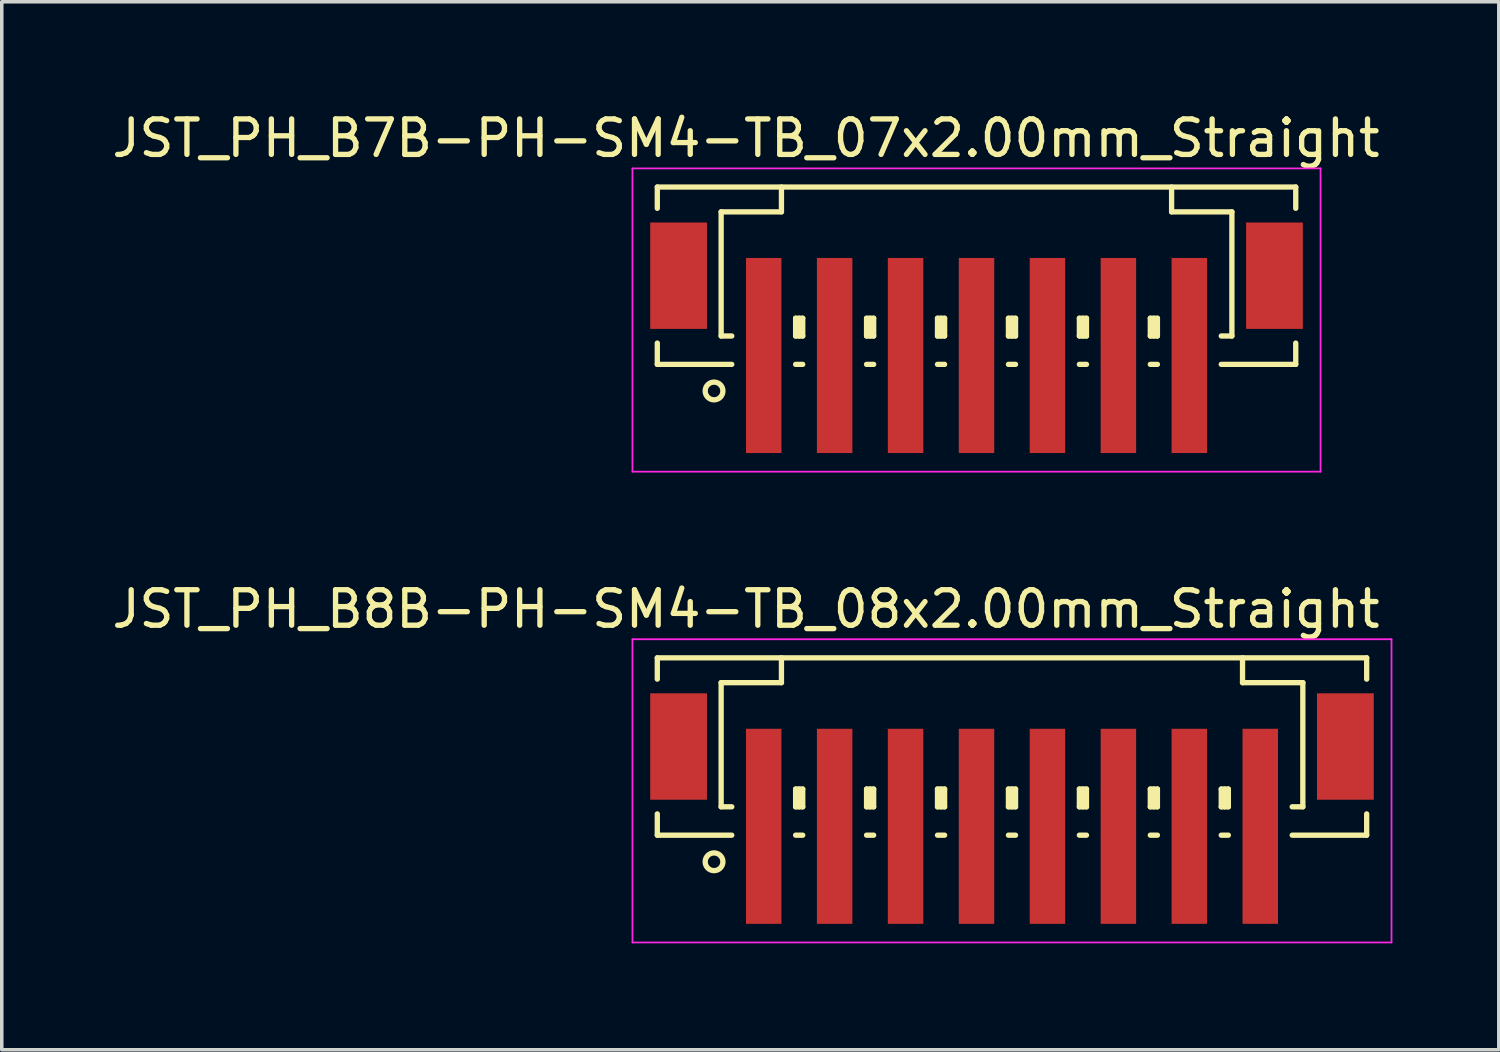
<source format=kicad_pcb>
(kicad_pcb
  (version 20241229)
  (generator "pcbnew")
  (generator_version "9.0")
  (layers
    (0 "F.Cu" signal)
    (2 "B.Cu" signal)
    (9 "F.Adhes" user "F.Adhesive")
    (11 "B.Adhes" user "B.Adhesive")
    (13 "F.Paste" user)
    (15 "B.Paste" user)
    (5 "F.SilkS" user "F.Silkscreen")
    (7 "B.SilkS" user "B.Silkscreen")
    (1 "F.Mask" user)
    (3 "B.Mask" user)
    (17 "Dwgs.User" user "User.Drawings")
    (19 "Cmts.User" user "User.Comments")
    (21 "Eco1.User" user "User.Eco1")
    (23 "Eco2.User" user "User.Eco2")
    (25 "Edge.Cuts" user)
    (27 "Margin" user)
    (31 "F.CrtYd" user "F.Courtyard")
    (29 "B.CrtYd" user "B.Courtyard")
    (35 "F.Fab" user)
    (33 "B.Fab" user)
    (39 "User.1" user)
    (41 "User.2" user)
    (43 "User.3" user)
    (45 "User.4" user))
  (footprint "JST_PH_B8B-PH-SM4-TB_08x2.00mm_Straight"
    (layer "F.Cu")
    (at 25.482 19.122)
    (property "Reference" "JST_PH_B8B-PH-SM4-TB_08x2.00mm_Straight" (at -7.5 -5 0) (layer "F.SilkS") (effects (font (size 1 1) (thickness 0.15))))
    (attr smd)
    (fp_line (start -10 -3.625) (end 10 -3.625) (stroke (width 0.15) (type solid)) (layer "F.SilkS"))
    (fp_line (start -10 -3.025) (end -10 -3.625) (stroke (width 0.15) (type solid)) (layer "F.SilkS"))
    (fp_line (start -10 0.775) (end -10 1.375) (stroke (width 0.15) (type solid)) (layer "F.SilkS"))
    (fp_line (start -10 1.375) (end -7.9 1.375) (stroke (width 0.15) (type solid)) (layer "F.SilkS"))
    (fp_line (start -8.2 -2.925) (end -8.2 0.575) (stroke (width 0.15) (type solid)) (layer "F.SilkS"))
    (fp_line (start -8.2 0.575) (end -7.9 0.575) (stroke (width 0.15) (type solid)) (layer "F.SilkS"))
    (fp_line (start -6.5 -3.625) (end -6.5 -2.925) (stroke (width 0.15) (type solid)) (layer "F.SilkS"))
    (fp_line (start -6.5 -2.925) (end -8.2 -2.925) (stroke (width 0.15) (type solid)) (layer "F.SilkS"))
    (fp_line (start -6.1 0.075) (end -5.9 0.075) (stroke (width 0.15) (type solid)) (layer "F.SilkS"))
    (fp_line (start -6.1 0.575) (end -6.1 0.075) (stroke (width 0.15) (type solid)) (layer "F.SilkS"))
    (fp_line (start -6.1 0.575) (end -5.9 0.575) (stroke (width 0.15) (type solid)) (layer "F.SilkS"))
    (fp_line (start -6.1 1.375) (end -5.9 1.375) (stroke (width 0.15) (type solid)) (layer "F.SilkS"))
    (fp_line (start -6 0.575) (end -6 0.075) (stroke (width 0.15) (type solid)) (layer "F.SilkS"))
    (fp_line (start -5.9 0.075) (end -5.9 0.575) (stroke (width 0.15) (type solid)) (layer "F.SilkS"))
    (fp_line (start -4.1 0.075) (end -3.9 0.075) (stroke (width 0.15) (type solid)) (layer "F.SilkS"))
    (fp_line (start -4.1 0.575) (end -4.1 0.075) (stroke (width 0.15) (type solid)) (layer "F.SilkS"))
    (fp_line (start -4.1 0.575) (end -3.9 0.575) (stroke (width 0.15) (type solid)) (layer "F.SilkS"))
    (fp_line (start -4.1 1.375) (end -3.9 1.375) (stroke (width 0.15) (type solid)) (layer "F.SilkS"))
    (fp_line (start -4 0.575) (end -4 0.075) (stroke (width 0.15) (type solid)) (layer "F.SilkS"))
    (fp_line (start -3.9 0.075) (end -3.9 0.575) (stroke (width 0.15) (type solid)) (layer "F.SilkS"))
    (fp_line (start -2.1 0.075) (end -1.9 0.075) (stroke (width 0.15) (type solid)) (layer "F.SilkS"))
    (fp_line (start -2.1 0.575) (end -2.1 0.075) (stroke (width 0.15) (type solid)) (layer "F.SilkS"))
    (fp_line (start -2.1 0.575) (end -1.9 0.575) (stroke (width 0.15) (type solid)) (layer "F.SilkS"))
    (fp_line (start -2.1 1.375) (end -1.9 1.375) (stroke (width 0.15) (type solid)) (layer "F.SilkS"))
    (fp_line (start -2 0.575) (end -2 0.075) (stroke (width 0.15) (type solid)) (layer "F.SilkS"))
    (fp_line (start -1.9 0.075) (end -1.9 0.575) (stroke (width 0.15) (type solid)) (layer "F.SilkS"))
    (fp_line (start -0.1 0.075) (end 0.1 0.075) (stroke (width 0.15) (type solid)) (layer "F.SilkS"))
    (fp_line (start -0.1 0.575) (end -0.1 0.075) (stroke (width 0.15) (type solid)) (layer "F.SilkS"))
    (fp_line (start -0.1 0.575) (end 0.1 0.575) (stroke (width 0.15) (type solid)) (layer "F.SilkS"))
    (fp_line (start -0.1 1.375) (end 0.1 1.375) (stroke (width 0.15) (type solid)) (layer "F.SilkS"))
    (fp_line (start 0 0.575) (end 0 0.075) (stroke (width 0.15) (type solid)) (layer "F.SilkS"))
    (fp_line (start 0.1 0.075) (end 0.1 0.575) (stroke (width 0.15) (type solid)) (layer "F.SilkS"))
    (fp_line (start 1.9 0.075) (end 2.1 0.075) (stroke (width 0.15) (type solid)) (layer "F.SilkS"))
    (fp_line (start 1.9 0.575) (end 1.9 0.075) (stroke (width 0.15) (type solid)) (layer "F.SilkS"))
    (fp_line (start 1.9 0.575) (end 2.1 0.575) (stroke (width 0.15) (type solid)) (layer "F.SilkS"))
    (fp_line (start 1.9 1.375) (end 2.1 1.375) (stroke (width 0.15) (type solid)) (layer "F.SilkS"))
    (fp_line (start 2 0.575) (end 2 0.075) (stroke (width 0.15) (type solid)) (layer "F.SilkS"))
    (fp_line (start 2.1 0.075) (end 2.1 0.575) (stroke (width 0.15) (type solid)) (layer "F.SilkS"))
    (fp_line (start 3.9 0.075) (end 4.1 0.075) (stroke (width 0.15) (type solid)) (layer "F.SilkS"))
    (fp_line (start 3.9 0.575) (end 3.9 0.075) (stroke (width 0.15) (type solid)) (layer "F.SilkS"))
    (fp_line (start 3.9 0.575) (end 4.1 0.575) (stroke (width 0.15) (type solid)) (layer "F.SilkS"))
    (fp_line (start 3.9 1.375) (end 4.1 1.375) (stroke (width 0.15) (type solid)) (layer "F.SilkS"))
    (fp_line (start 4 0.575) (end 4 0.075) (stroke (width 0.15) (type solid)) (layer "F.SilkS"))
    (fp_line (start 4.1 0.075) (end 4.1 0.575) (stroke (width 0.15) (type solid)) (layer "F.SilkS"))
    (fp_line (start 5.9 0.075) (end 6.1 0.075) (stroke (width 0.15) (type solid)) (layer "F.SilkS"))
    (fp_line (start 5.9 0.575) (end 5.9 0.075) (stroke (width 0.15) (type solid)) (layer "F.SilkS"))
    (fp_line (start 5.9 0.575) (end 6.1 0.575) (stroke (width 0.15) (type solid)) (layer "F.SilkS"))
    (fp_line (start 5.9 1.375) (end 6.1 1.375) (stroke (width 0.15) (type solid)) (layer "F.SilkS"))
    (fp_line (start 6 0.575) (end 6 0.075) (stroke (width 0.15) (type solid)) (layer "F.SilkS"))
    (fp_line (start 6.1 0.075) (end 6.1 0.575) (stroke (width 0.15) (type solid)) (layer "F.SilkS"))
    (fp_line (start 6.5 -3.625) (end 6.5 -2.925) (stroke (width 0.15) (type solid)) (layer "F.SilkS"))
    (fp_line (start 6.5 -2.925) (end 8.2 -2.925) (stroke (width 0.15) (type solid)) (layer "F.SilkS"))
    (fp_line (start 8.2 -2.925) (end 8.2 0.575) (stroke (width 0.15) (type solid)) (layer "F.SilkS"))
    (fp_line (start 8.2 0.575) (end 7.9 0.575) (stroke (width 0.15) (type solid)) (layer "F.SilkS"))
    (fp_line (start 10 -3.625) (end 10 -3.025) (stroke (width 0.15) (type solid)) (layer "F.SilkS"))
    (fp_line (start 10 0.775) (end 10 1.375) (stroke (width 0.15) (type solid)) (layer "F.SilkS"))
    (fp_line (start 10 1.375) (end 7.9 1.375) (stroke (width 0.15) (type solid)) (layer "F.SilkS"))
    (fp_circle (center -8.4 2.125) (end -8.15 2.125) (stroke (width 0.15) (type solid)) (fill no) (layer "F.SilkS"))
    (fp_line (start -10.7 -4.15) (end 10.7 -4.15) (stroke (width 0.05) (type solid)) (layer "F.CrtYd"))
    (fp_line (start -10.7 4.4) (end -10.7 -4.15) (stroke (width 0.05) (type solid)) (layer "F.CrtYd"))
    (fp_line (start 10.7 -4.15) (end 10.7 4.4) (stroke (width 0.05) (type solid)) (layer "F.CrtYd"))
    (fp_line (start 10.7 4.4) (end -10.7 4.4) (stroke (width 0.05) (type solid)) (layer "F.CrtYd"))
    (pad "" smd rect (at -9.4 -1.125) (size 1.6 3) (layers "F.Cu" "F.Mask" "F.Paste"))
    (pad "" smd rect (at 9.4 -1.125) (size 1.6 3) (layers "F.Cu" "F.Mask" "F.Paste"))
    (pad "1" smd rect (at -7 1.125) (size 1 5.5) (layers "F.Cu" "F.Mask" "F.Paste"))
    (pad "2" smd rect (at -5 1.125) (size 1 5.5) (layers "F.Cu" "F.Mask" "F.Paste"))
    (pad "3" smd rect (at -3 1.125) (size 1 5.5) (layers "F.Cu" "F.Mask" "F.Paste"))
    (pad "4" smd rect (at -1 1.125) (size 1 5.5) (layers "F.Cu" "F.Mask" "F.Paste"))
    (pad "5" smd rect (at 1 1.125) (size 1 5.5) (layers "F.Cu" "F.Mask" "F.Paste"))
    (pad "6" smd rect (at 3 1.125) (size 1 5.5) (layers "F.Cu" "F.Mask" "F.Paste"))
    (pad "7" smd rect (at 5 1.125) (size 1 5.5) (layers "F.Cu" "F.Mask" "F.Paste"))
    (pad "8" smd rect (at 7 1.125) (size 1 5.5) (layers "F.Cu" "F.Mask" "F.Paste")))
  (footprint "JST_PH_B7B-PH-SM4-TB_07x2.00mm_Straight"
    (layer "F.Cu")
    (at 24.482 5.848)
    (property "Reference" "JST_PH_B7B-PH-SM4-TB_07x2.00mm_Straight" (at -6.5 -5 0) (layer "F.SilkS") (effects (font (size 1 1) (thickness 0.15))))
    (attr smd)
    (fp_line (start -9 -3.625) (end 9 -3.625) (stroke (width 0.15) (type solid)) (layer "F.SilkS"))
    (fp_line (start -9 -3.025) (end -9 -3.625) (stroke (width 0.15) (type solid)) (layer "F.SilkS"))
    (fp_line (start -9 0.775) (end -9 1.375) (stroke (width 0.15) (type solid)) (layer "F.SilkS"))
    (fp_line (start -9 1.375) (end -6.9 1.375) (stroke (width 0.15) (type solid)) (layer "F.SilkS"))
    (fp_line (start -7.2 -2.925) (end -7.2 0.575) (stroke (width 0.15) (type solid)) (layer "F.SilkS"))
    (fp_line (start -7.2 0.575) (end -6.9 0.575) (stroke (width 0.15) (type solid)) (layer "F.SilkS"))
    (fp_line (start -5.5 -3.625) (end -5.5 -2.925) (stroke (width 0.15) (type solid)) (layer "F.SilkS"))
    (fp_line (start -5.5 -2.925) (end -7.2 -2.925) (stroke (width 0.15) (type solid)) (layer "F.SilkS"))
    (fp_line (start -5.1 0.075) (end -4.9 0.075) (stroke (width 0.15) (type solid)) (layer "F.SilkS"))
    (fp_line (start -5.1 0.575) (end -5.1 0.075) (stroke (width 0.15) (type solid)) (layer "F.SilkS"))
    (fp_line (start -5.1 0.575) (end -4.9 0.575) (stroke (width 0.15) (type solid)) (layer "F.SilkS"))
    (fp_line (start -5.1 1.375) (end -4.9 1.375) (stroke (width 0.15) (type solid)) (layer "F.SilkS"))
    (fp_line (start -5 0.575) (end -5 0.075) (stroke (width 0.15) (type solid)) (layer "F.SilkS"))
    (fp_line (start -4.9 0.075) (end -4.9 0.575) (stroke (width 0.15) (type solid)) (layer "F.SilkS"))
    (fp_line (start -3.1 0.075) (end -2.9 0.075) (stroke (width 0.15) (type solid)) (layer "F.SilkS"))
    (fp_line (start -3.1 0.575) (end -3.1 0.075) (stroke (width 0.15) (type solid)) (layer "F.SilkS"))
    (fp_line (start -3.1 0.575) (end -2.9 0.575) (stroke (width 0.15) (type solid)) (layer "F.SilkS"))
    (fp_line (start -3.1 1.375) (end -2.9 1.375) (stroke (width 0.15) (type solid)) (layer "F.SilkS"))
    (fp_line (start -3 0.575) (end -3 0.075) (stroke (width 0.15) (type solid)) (layer "F.SilkS"))
    (fp_line (start -2.9 0.075) (end -2.9 0.575) (stroke (width 0.15) (type solid)) (layer "F.SilkS"))
    (fp_line (start -1.1 0.075) (end -0.9 0.075) (stroke (width 0.15) (type solid)) (layer "F.SilkS"))
    (fp_line (start -1.1 0.575) (end -1.1 0.075) (stroke (width 0.15) (type solid)) (layer "F.SilkS"))
    (fp_line (start -1.1 0.575) (end -0.9 0.575) (stroke (width 0.15) (type solid)) (layer "F.SilkS"))
    (fp_line (start -1.1 1.375) (end -0.9 1.375) (stroke (width 0.15) (type solid)) (layer "F.SilkS"))
    (fp_line (start -1 0.575) (end -1 0.075) (stroke (width 0.15) (type solid)) (layer "F.SilkS"))
    (fp_line (start -0.9 0.075) (end -0.9 0.575) (stroke (width 0.15) (type solid)) (layer "F.SilkS"))
    (fp_line (start 0.9 0.075) (end 1.1 0.075) (stroke (width 0.15) (type solid)) (layer "F.SilkS"))
    (fp_line (start 0.9 0.575) (end 0.9 0.075) (stroke (width 0.15) (type solid)) (layer "F.SilkS"))
    (fp_line (start 0.9 0.575) (end 1.1 0.575) (stroke (width 0.15) (type solid)) (layer "F.SilkS"))
    (fp_line (start 0.9 1.375) (end 1.1 1.375) (stroke (width 0.15) (type solid)) (layer "F.SilkS"))
    (fp_line (start 1 0.575) (end 1 0.075) (stroke (width 0.15) (type solid)) (layer "F.SilkS"))
    (fp_line (start 1.1 0.075) (end 1.1 0.575) (stroke (width 0.15) (type solid)) (layer "F.SilkS"))
    (fp_line (start 2.9 0.075) (end 3.1 0.075) (stroke (width 0.15) (type solid)) (layer "F.SilkS"))
    (fp_line (start 2.9 0.575) (end 2.9 0.075) (stroke (width 0.15) (type solid)) (layer "F.SilkS"))
    (fp_line (start 2.9 0.575) (end 3.1 0.575) (stroke (width 0.15) (type solid)) (layer "F.SilkS"))
    (fp_line (start 2.9 1.375) (end 3.1 1.375) (stroke (width 0.15) (type solid)) (layer "F.SilkS"))
    (fp_line (start 3 0.575) (end 3 0.075) (stroke (width 0.15) (type solid)) (layer "F.SilkS"))
    (fp_line (start 3.1 0.075) (end 3.1 0.575) (stroke (width 0.15) (type solid)) (layer "F.SilkS"))
    (fp_line (start 4.9 0.075) (end 5.1 0.075) (stroke (width 0.15) (type solid)) (layer "F.SilkS"))
    (fp_line (start 4.9 0.575) (end 4.9 0.075) (stroke (width 0.15) (type solid)) (layer "F.SilkS"))
    (fp_line (start 4.9 0.575) (end 5.1 0.575) (stroke (width 0.15) (type solid)) (layer "F.SilkS"))
    (fp_line (start 4.9 1.375) (end 5.1 1.375) (stroke (width 0.15) (type solid)) (layer "F.SilkS"))
    (fp_line (start 5 0.575) (end 5 0.075) (stroke (width 0.15) (type solid)) (layer "F.SilkS"))
    (fp_line (start 5.1 0.075) (end 5.1 0.575) (stroke (width 0.15) (type solid)) (layer "F.SilkS"))
    (fp_line (start 5.5 -3.625) (end 5.5 -2.925) (stroke (width 0.15) (type solid)) (layer "F.SilkS"))
    (fp_line (start 5.5 -2.925) (end 7.2 -2.925) (stroke (width 0.15) (type solid)) (layer "F.SilkS"))
    (fp_line (start 7.2 -2.925) (end 7.2 0.575) (stroke (width 0.15) (type solid)) (layer "F.SilkS"))
    (fp_line (start 7.2 0.575) (end 6.9 0.575) (stroke (width 0.15) (type solid)) (layer "F.SilkS"))
    (fp_line (start 9 -3.625) (end 9 -3.025) (stroke (width 0.15) (type solid)) (layer "F.SilkS"))
    (fp_line (start 9 0.775) (end 9 1.375) (stroke (width 0.15) (type solid)) (layer "F.SilkS"))
    (fp_line (start 9 1.375) (end 6.9 1.375) (stroke (width 0.15) (type solid)) (layer "F.SilkS"))
    (fp_circle (center -7.4 2.125) (end -7.15 2.125) (stroke (width 0.15) (type solid)) (fill no) (layer "F.SilkS"))
    (fp_line (start -9.7 -4.15) (end 9.7 -4.15) (stroke (width 0.05) (type solid)) (layer "F.CrtYd"))
    (fp_line (start -9.7 4.4) (end -9.7 -4.15) (stroke (width 0.05) (type solid)) (layer "F.CrtYd"))
    (fp_line (start 9.7 -4.15) (end 9.7 4.4) (stroke (width 0.05) (type solid)) (layer "F.CrtYd"))
    (fp_line (start 9.7 4.4) (end -9.7 4.4) (stroke (width 0.05) (type solid)) (layer "F.CrtYd"))
    (pad "" smd rect (at -8.4 -1.125) (size 1.6 3) (layers "F.Cu" "F.Mask" "F.Paste"))
    (pad "" smd rect (at 8.4 -1.125) (size 1.6 3) (layers "F.Cu" "F.Mask" "F.Paste"))
    (pad "1" smd rect (at -6 1.125) (size 1 5.5) (layers "F.Cu" "F.Mask" "F.Paste"))
    (pad "2" smd rect (at -4 1.125) (size 1 5.5) (layers "F.Cu" "F.Mask" "F.Paste"))
    (pad "3" smd rect (at -2 1.125) (size 1 5.5) (layers "F.Cu" "F.Mask" "F.Paste"))
    (pad "4" smd rect (at 0 1.125) (size 1 5.5) (layers "F.Cu" "F.Mask" "F.Paste"))
    (pad "5" smd rect (at 2 1.125) (size 1 5.5) (layers "F.Cu" "F.Mask" "F.Paste"))
    (pad "6" smd rect (at 4 1.125) (size 1 5.5) (layers "F.Cu" "F.Mask" "F.Paste"))
    (pad "7" smd rect (at 6 1.125) (size 1 5.5) (layers "F.Cu" "F.Mask" "F.Paste")))
  (gr_rect
    (start -3 -3)
    (end 39.207 26.547)
    (stroke (width 0.1) (type default))
    (fill no)
    (layer "Edge.Cuts")))
</source>
